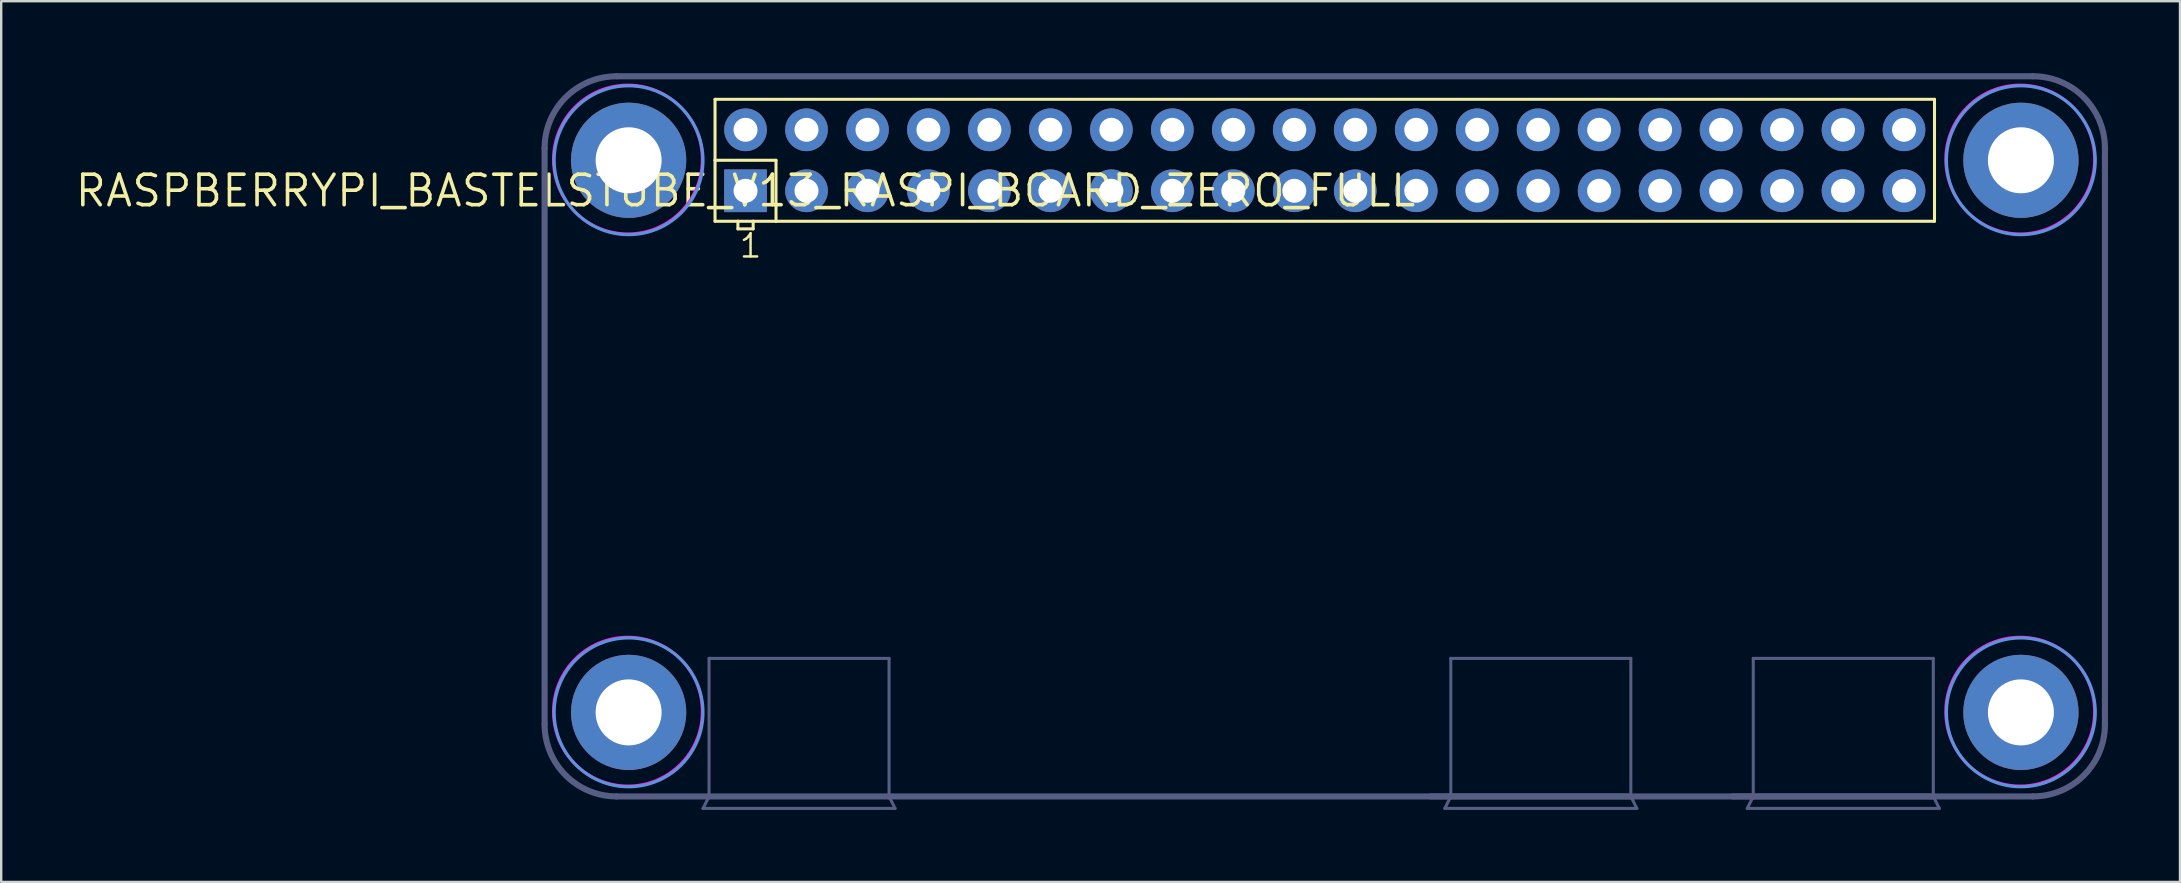
<source format=kicad_pcb>
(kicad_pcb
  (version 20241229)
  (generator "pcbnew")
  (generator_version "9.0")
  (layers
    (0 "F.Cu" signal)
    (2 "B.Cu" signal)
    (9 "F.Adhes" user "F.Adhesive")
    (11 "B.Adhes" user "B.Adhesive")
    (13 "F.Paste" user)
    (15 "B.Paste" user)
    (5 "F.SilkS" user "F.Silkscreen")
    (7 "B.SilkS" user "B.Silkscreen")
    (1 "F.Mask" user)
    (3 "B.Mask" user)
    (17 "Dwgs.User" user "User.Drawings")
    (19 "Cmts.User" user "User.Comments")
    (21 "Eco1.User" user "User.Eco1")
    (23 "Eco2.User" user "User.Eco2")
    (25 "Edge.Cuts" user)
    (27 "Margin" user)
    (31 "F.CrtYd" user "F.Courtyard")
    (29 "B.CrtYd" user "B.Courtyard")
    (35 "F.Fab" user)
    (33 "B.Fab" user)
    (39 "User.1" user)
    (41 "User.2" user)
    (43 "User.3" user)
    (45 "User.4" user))
  (footprint "RASPBERRYPI_BASTELSTUBE_V13_RASPI_BOARD_ZERO_FULL"
    (layer "F.Cu")
    (at 28.008 4.897)
    (property "Reference" "RASPBERRYPI_BASTELSTUBE_V13_RASPI_BOARD_ZERO_FULL" (at 0 0 0) (layer "F.SilkS") (effects (font (size 1.27 1.27) (thickness 0.15))))
    (attr through_hole)
    (fp_line (start -1.271 -3.81) (end -1.271 -1.27) (stroke (width 0.127) (type solid)) (layer "F.SilkS"))
    (fp_line (start -1.271 -1.27) (end -1.271 1.27) (stroke (width 0.127) (type solid)) (layer "F.SilkS"))
    (fp_line (start -1.271 -1.27) (end 1.269 -1.27) (stroke (width 0.127) (type solid)) (layer "F.SilkS"))
    (fp_line (start -1.271 1.27) (end -0.318 1.27) (stroke (width 0.127) (type solid)) (layer "F.SilkS"))
    (fp_line (start -0.318 1.27) (end -0.318 1.588) (stroke (width 0.127) (type solid)) (layer "F.SilkS"))
    (fp_line (start -0.318 1.27) (end 0.317 1.27) (stroke (width 0.127) (type solid)) (layer "F.SilkS"))
    (fp_line (start -0.318 1.588) (end 0.317 1.588) (stroke (width 0.127) (type solid)) (layer "F.SilkS"))
    (fp_line (start 0.317 1.27) (end 1.269 1.27) (stroke (width 0.127) (type solid)) (layer "F.SilkS"))
    (fp_line (start 0.317 1.588) (end 0.317 1.27) (stroke (width 0.127) (type solid)) (layer "F.SilkS"))
    (fp_line (start 1.269 -1.27) (end 1.269 1.27) (stroke (width 0.127) (type solid)) (layer "F.SilkS"))
    (fp_line (start 1.269 1.27) (end 49.529 1.27) (stroke (width 0.127) (type solid)) (layer "F.SilkS"))
    (fp_line (start 49.529 -3.81) (end -1.271 -3.81) (stroke (width 0.127) (type solid)) (layer "F.SilkS"))
    (fp_line (start 49.529 1.27) (end 49.529 -3.81) (stroke (width 0.127) (type solid)) (layer "F.SilkS"))
    (fp_circle (center -4.871 -1.27) (end -1.771 -1.27) (stroke (width 0.127) (type solid)) (fill no) (layer "Cmts.User"))
    (fp_circle (center -4.871 21.73) (end -1.771 21.73) (stroke (width 0.127) (type solid)) (fill no) (layer "Cmts.User"))
    (fp_circle (center 53.129 -1.27) (end 56.229 -1.27) (stroke (width 0.127) (type solid)) (fill no) (layer "Cmts.User"))
    (fp_circle (center 53.129 21.73) (end 56.229 21.73) (stroke (width 0.127) (type solid)) (fill no) (layer "Cmts.User"))
    (fp_circle (center -4.9 -1.3) (end -1.8 -1.3) (stroke (width 0.127) (type solid)) (fill no) (layer "F.CrtYd"))
    (fp_circle (center -4.9 21.7) (end -1.8 21.7) (stroke (width 0.127) (type solid)) (fill no) (layer "F.CrtYd"))
    (fp_circle (center 53.1 -1.3) (end 56.2 -1.3) (stroke (width 0.127) (type solid)) (fill no) (layer "F.CrtYd"))
    (fp_circle (center 53.1 21.7) (end 56.2 21.7) (stroke (width 0.127) (type solid)) (fill no) (layer "F.CrtYd"))
    (fp_line (start -8.371 -1.77) (end -8.371 22.23) (stroke (width 0.254) (type solid)) (layer "B.Fab"))
    (fp_line (start -5.371 25.23) (end -1.521 25.23) (stroke (width 0.254) (type solid)) (layer "B.Fab"))
    (fp_line (start -1.771 25.73) (end 6.229 25.73) (stroke (width 0.127) (type solid)) (layer "B.Fab"))
    (fp_line (start -1.521 19.48) (end 5.979 19.48) (stroke (width 0.127) (type solid)) (layer "B.Fab"))
    (fp_line (start -1.521 25.23) (end -1.771 25.73) (stroke (width 0.127) (type solid)) (layer "B.Fab"))
    (fp_line (start -1.521 25.23) (end -1.521 19.48) (stroke (width 0.127) (type solid)) (layer "B.Fab"))
    (fp_line (start -1.521 25.23) (end 5.979 25.23) (stroke (width 0.254) (type solid)) (layer "B.Fab"))
    (fp_line (start 5.979 19.48) (end 5.979 25.23) (stroke (width 0.127) (type solid)) (layer "B.Fab"))
    (fp_line (start 5.979 25.23) (end 53.629 25.23) (stroke (width 0.254) (type solid)) (layer "B.Fab"))
    (fp_line (start 6.229 25.73) (end 5.979 25.23) (stroke (width 0.127) (type solid)) (layer "B.Fab"))
    (fp_line (start 28.529 25.23) (end 29.379 25.23) (stroke (width 0.254) (type solid)) (layer "B.Fab"))
    (fp_line (start 29.129 25.73) (end 37.129 25.73) (stroke (width 0.127) (type solid)) (layer "B.Fab"))
    (fp_line (start 29.379 19.48) (end 36.879 19.48) (stroke (width 0.127) (type solid)) (layer "B.Fab"))
    (fp_line (start 29.379 25.23) (end 29.129 25.73) (stroke (width 0.127) (type solid)) (layer "B.Fab"))
    (fp_line (start 29.379 25.23) (end 29.379 19.48) (stroke (width 0.127) (type solid)) (layer "B.Fab"))
    (fp_line (start 29.379 25.23) (end 36.879 25.23) (stroke (width 0.254) (type solid)) (layer "B.Fab"))
    (fp_line (start 36.879 19.48) (end 36.879 25.23) (stroke (width 0.127) (type solid)) (layer "B.Fab"))
    (fp_line (start 37.129 25.73) (end 36.879 25.23) (stroke (width 0.127) (type solid)) (layer "B.Fab"))
    (fp_line (start 41.129 25.23) (end 41.979 25.23) (stroke (width 0.254) (type solid)) (layer "B.Fab"))
    (fp_line (start 41.729 25.73) (end 49.729 25.73) (stroke (width 0.127) (type solid)) (layer "B.Fab"))
    (fp_line (start 41.979 19.48) (end 49.479 19.48) (stroke (width 0.127) (type solid)) (layer "B.Fab"))
    (fp_line (start 41.979 25.23) (end 41.729 25.73) (stroke (width 0.127) (type solid)) (layer "B.Fab"))
    (fp_line (start 41.979 25.23) (end 41.979 19.48) (stroke (width 0.127) (type solid)) (layer "B.Fab"))
    (fp_line (start 41.979 25.23) (end 49.479 25.23) (stroke (width 0.254) (type solid)) (layer "B.Fab"))
    (fp_line (start 49.479 19.48) (end 49.479 25.23) (stroke (width 0.127) (type solid)) (layer "B.Fab"))
    (fp_line (start 49.729 25.73) (end 49.479 25.23) (stroke (width 0.127) (type solid)) (layer "B.Fab"))
    (fp_line (start 53.629 -4.77) (end -5.371 -4.77) (stroke (width 0.254) (type solid)) (layer "B.Fab"))
    (fp_line (start 56.629 22.23) (end 56.629 -1.77) (stroke (width 0.254) (type solid)) (layer "B.Fab"))
    (fp_arc (start -8.370744 -1.769867) (mid -7.492064 -3.891188) (end -5.370743 -4.769868) (stroke (width 0.254) (type solid)) (layer "B.Fab"))
    (fp_arc (start -5.370743 25.230131) (mid -7.492063 24.351451) (end -8.370743 22.230131) (stroke (width 0.254) (type solid)) (layer "B.Fab"))
    (fp_arc (start 53.629255 -4.769867) (mid 55.750576 -3.891188) (end 56.629256 -1.769868) (stroke (width 0.254) (type solid)) (layer "B.Fab"))
    (fp_arc (start 56.629256 22.230131) (mid 55.750576 24.351451) (end 53.629256 25.230131) (stroke (width 0.254) (type solid)) (layer "B.Fab"))
    (fp_text user "1" (at -0.318 2.858 0) (layer "F.SilkS") (effects (font (size 0.965 0.965) (thickness 0.102)) (justify left bottom)))
    (pad "" thru_hole circle (at -4.871 -1.27) (size 4.8 4.8) (drill 2.75) (layers "*.Cu" "*.Mask"))
    (pad "" thru_hole circle (at -4.871 21.73) (size 4.8 4.8) (drill 2.75) (layers "*.Cu" "*.Mask"))
    (pad "" thru_hole circle (at 53.129 -1.27) (size 4.8 4.8) (drill 2.75) (layers "*.Cu" "*.Mask"))
    (pad "" thru_hole circle (at 53.129 21.73) (size 4.8 4.8) (drill 2.75) (layers "*.Cu" "*.Mask"))
    (pad "1" thru_hole rect (at -0.001 0.000131) (size 1.778 1.778) (drill 1) (layers "*.Cu" "*.Mask"))
    (pad "2" thru_hole circle (at -0.001 -2.54) (size 1.778 1.778) (drill 1) (layers "*.Cu" "*.Mask"))
    (pad "3" thru_hole circle (at 2.539 0.000131) (size 1.778 1.778) (drill 1) (layers "*.Cu" "*.Mask"))
    (pad "4" thru_hole circle (at 2.539 -2.54) (size 1.778 1.778) (drill 1) (layers "*.Cu" "*.Mask"))
    (pad "5" thru_hole circle (at 5.079 0.000131) (size 1.778 1.778) (drill 1) (layers "*.Cu" "*.Mask"))
    (pad "6" thru_hole circle (at 5.079 -2.54) (size 1.778 1.778) (drill 1) (layers "*.Cu" "*.Mask"))
    (pad "7" thru_hole circle (at 7.619 0.000131) (size 1.778 1.778) (drill 1) (layers "*.Cu" "*.Mask"))
    (pad "8" thru_hole circle (at 7.619 -2.54) (size 1.778 1.778) (drill 1) (layers "*.Cu" "*.Mask"))
    (pad "9" thru_hole circle (at 10.159 0.000131) (size 1.778 1.778) (drill 1) (layers "*.Cu" "*.Mask"))
    (pad "10" thru_hole circle (at 10.159 -2.54) (size 1.778 1.778) (drill 1) (layers "*.Cu" "*.Mask"))
    (pad "11" thru_hole circle (at 12.699 0.000131) (size 1.778 1.778) (drill 1) (layers "*.Cu" "*.Mask"))
    (pad "12" thru_hole circle (at 12.699 -2.54) (size 1.778 1.778) (drill 1) (layers "*.Cu" "*.Mask"))
    (pad "13" thru_hole circle (at 15.239 0.000131) (size 1.778 1.778) (drill 1) (layers "*.Cu" "*.Mask"))
    (pad "14" thru_hole circle (at 15.239 -2.54) (size 1.778 1.778) (drill 1) (layers "*.Cu" "*.Mask"))
    (pad "15" thru_hole circle (at 17.779 0.000131) (size 1.778 1.778) (drill 1) (layers "*.Cu" "*.Mask"))
    (pad "16" thru_hole circle (at 17.779 -2.54) (size 1.778 1.778) (drill 1) (layers "*.Cu" "*.Mask"))
    (pad "17" thru_hole circle (at 20.319 0.000131) (size 1.778 1.778) (drill 1) (layers "*.Cu" "*.Mask"))
    (pad "18" thru_hole circle (at 20.319 -2.54) (size 1.778 1.778) (drill 1) (layers "*.Cu" "*.Mask"))
    (pad "19" thru_hole circle (at 22.859 0.000131) (size 1.778 1.778) (drill 1) (layers "*.Cu" "*.Mask"))
    (pad "20" thru_hole circle (at 22.859 -2.54) (size 1.778 1.778) (drill 1) (layers "*.Cu" "*.Mask"))
    (pad "21" thru_hole circle (at 25.399 0.000131) (size 1.778 1.778) (drill 1) (layers "*.Cu" "*.Mask"))
    (pad "22" thru_hole circle (at 25.399 -2.54) (size 1.778 1.778) (drill 1) (layers "*.Cu" "*.Mask"))
    (pad "23" thru_hole circle (at 27.939 0.000131) (size 1.778 1.778) (drill 1) (layers "*.Cu" "*.Mask"))
    (pad "24" thru_hole circle (at 27.939 -2.54) (size 1.778 1.778) (drill 1) (layers "*.Cu" "*.Mask"))
    (pad "25" thru_hole circle (at 30.479 0.000131) (size 1.778 1.778) (drill 1) (layers "*.Cu" "*.Mask"))
    (pad "26" thru_hole circle (at 30.479 -2.54) (size 1.778 1.778) (drill 1) (layers "*.Cu" "*.Mask"))
    (pad "27" thru_hole circle (at 33.019 0.000131) (size 1.778 1.778) (drill 1) (layers "*.Cu" "*.Mask"))
    (pad "28" thru_hole circle (at 33.019 -2.54) (size 1.778 1.778) (drill 1) (layers "*.Cu" "*.Mask"))
    (pad "29" thru_hole circle (at 35.559 0.000131) (size 1.778 1.778) (drill 1) (layers "*.Cu" "*.Mask"))
    (pad "30" thru_hole circle (at 35.559 -2.54) (size 1.778 1.778) (drill 1) (layers "*.Cu" "*.Mask"))
    (pad "31" thru_hole circle (at 38.099 0.000131) (size 1.778 1.778) (drill 1) (layers "*.Cu" "*.Mask"))
    (pad "32" thru_hole circle (at 38.099 -2.54) (size 1.778 1.778) (drill 1) (layers "*.Cu" "*.Mask"))
    (pad "33" thru_hole circle (at 40.639 0.000131) (size 1.778 1.778) (drill 1) (layers "*.Cu" "*.Mask"))
    (pad "34" thru_hole circle (at 40.639 -2.54) (size 1.778 1.778) (drill 1) (layers "*.Cu" "*.Mask"))
    (pad "35" thru_hole circle (at 43.179 0.000131) (size 1.778 1.778) (drill 1) (layers "*.Cu" "*.Mask"))
    (pad "36" thru_hole circle (at 43.179 -2.54) (size 1.778 1.778) (drill 1) (layers "*.Cu" "*.Mask"))
    (pad "37" thru_hole circle (at 45.719 0.000131) (size 1.778 1.778) (drill 1) (layers "*.Cu" "*.Mask"))
    (pad "38" thru_hole circle (at 45.719 -2.54) (size 1.778 1.778) (drill 1) (layers "*.Cu" "*.Mask"))
    (pad "39" thru_hole circle (at 48.259 0.000131) (size 1.778 1.778) (drill 1) (layers "*.Cu" "*.Mask"))
    (pad "40" thru_hole circle (at 48.259 -2.54) (size 1.778 1.778) (drill 1) (layers "*.Cu" "*.Mask")))
  (gr_rect
    (start -3 -3)
    (end 87.764 33.69)
    (stroke (width 0.1) (type default))
    (fill no)
    (layer "Edge.Cuts")))
</source>
